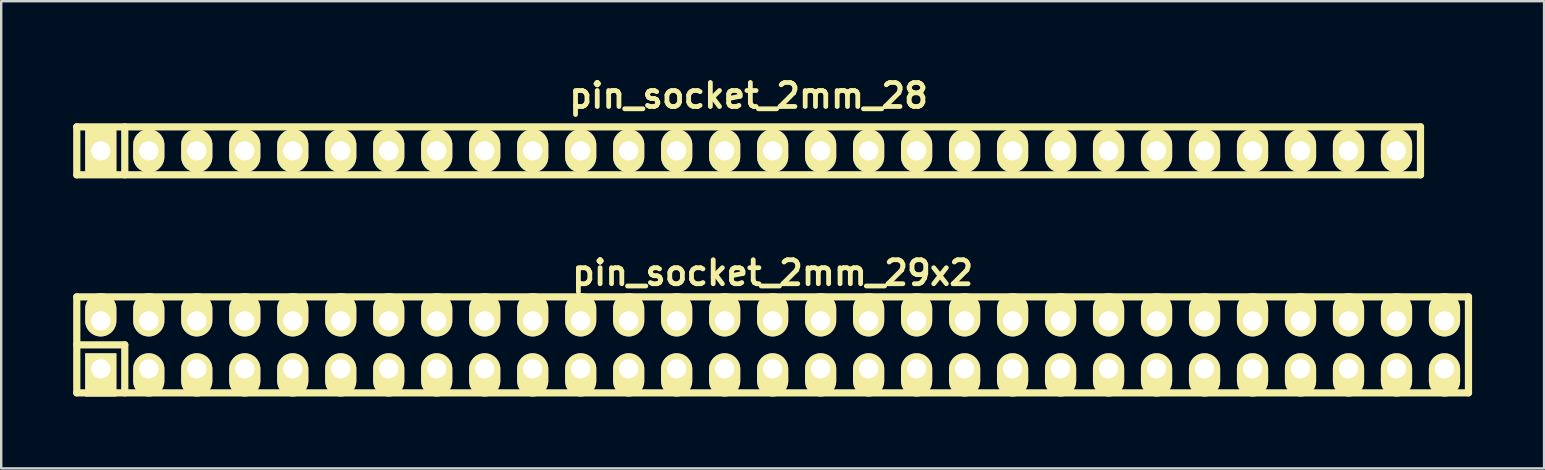
<source format=kicad_pcb>
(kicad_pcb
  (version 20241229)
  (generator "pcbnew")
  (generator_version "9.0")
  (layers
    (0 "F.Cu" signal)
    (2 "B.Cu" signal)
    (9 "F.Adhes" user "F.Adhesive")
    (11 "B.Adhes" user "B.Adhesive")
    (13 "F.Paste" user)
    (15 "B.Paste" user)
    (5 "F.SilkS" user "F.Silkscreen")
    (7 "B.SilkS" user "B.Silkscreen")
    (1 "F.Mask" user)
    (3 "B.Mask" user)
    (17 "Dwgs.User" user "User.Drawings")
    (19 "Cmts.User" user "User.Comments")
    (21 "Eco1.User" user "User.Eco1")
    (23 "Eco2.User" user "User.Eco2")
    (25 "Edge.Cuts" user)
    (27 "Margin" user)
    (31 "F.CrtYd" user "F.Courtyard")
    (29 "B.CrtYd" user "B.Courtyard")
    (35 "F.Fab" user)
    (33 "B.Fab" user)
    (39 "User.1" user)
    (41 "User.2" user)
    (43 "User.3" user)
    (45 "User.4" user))
  (footprint "pin_socket_2mm_28"
    (layer "F.Cu")
    (at 28.15 3.236)
    (property "Reference" "pin_socket_2mm_28" (at 0 -2.3 0) (layer "F.SilkS") (effects (font (size 1 1) (thickness 0.2))))
    (attr through_hole)
    (fp_line (start -28 -1) (end 28 -1) (stroke (width 0.3) (type solid)) (layer "F.SilkS"))
    (fp_line (start -28 1) (end -28 -1) (stroke (width 0.3) (type solid)) (layer "F.SilkS"))
    (fp_line (start -26 -1) (end -26 1) (stroke (width 0.3) (type solid)) (layer "F.SilkS"))
    (fp_line (start 28 -1) (end 28 1) (stroke (width 0.3) (type solid)) (layer "F.SilkS"))
    (fp_line (start 28 1) (end -28 1) (stroke (width 0.3) (type solid)) (layer "F.SilkS"))
    (pad "1" thru_hole rect (at -27 0) (size 1.3 1.8) (drill 0.8) (layers "*.Cu" "*.Mask" "F.SilkS"))
    (pad "2" thru_hole oval (at -25 0) (size 1.3 1.8) (drill 0.8) (layers "*.Cu" "*.Mask" "F.SilkS"))
    (pad "3" thru_hole oval (at -23 0) (size 1.3 1.8) (drill 0.8) (layers "*.Cu" "*.Mask" "F.SilkS"))
    (pad "4" thru_hole oval (at -21 0) (size 1.3 1.8) (drill 0.8) (layers "*.Cu" "*.Mask" "F.SilkS"))
    (pad "5" thru_hole oval (at -19 0) (size 1.3 1.8) (drill 0.8) (layers "*.Cu" "*.Mask" "F.SilkS"))
    (pad "6" thru_hole oval (at -17 0) (size 1.3 1.8) (drill 0.8) (layers "*.Cu" "*.Mask" "F.SilkS"))
    (pad "7" thru_hole oval (at -15 0) (size 1.3 1.8) (drill 0.8) (layers "*.Cu" "*.Mask" "F.SilkS"))
    (pad "8" thru_hole oval (at -13 0) (size 1.3 1.8) (drill 0.8) (layers "*.Cu" "*.Mask" "F.SilkS"))
    (pad "9" thru_hole oval (at -11 0) (size 1.3 1.8) (drill 0.8) (layers "*.Cu" "*.Mask" "F.SilkS"))
    (pad "10" thru_hole oval (at -9 0) (size 1.3 1.8) (drill 0.8) (layers "*.Cu" "*.Mask" "F.SilkS"))
    (pad "11" thru_hole oval (at -7 0) (size 1.3 1.8) (drill 0.8) (layers "*.Cu" "*.Mask" "F.SilkS"))
    (pad "12" thru_hole oval (at -5 0) (size 1.3 1.8) (drill 0.8) (layers "*.Cu" "*.Mask" "F.SilkS"))
    (pad "13" thru_hole oval (at -3 0) (size 1.3 1.8) (drill 0.8) (layers "*.Cu" "*.Mask" "F.SilkS"))
    (pad "14" thru_hole oval (at -1 0) (size 1.3 1.8) (drill 0.8) (layers "*.Cu" "*.Mask" "F.SilkS"))
    (pad "15" thru_hole oval (at 1 0) (size 1.3 1.8) (drill 0.8) (layers "*.Cu" "*.Mask" "F.SilkS"))
    (pad "16" thru_hole oval (at 3 0) (size 1.3 1.8) (drill 0.8) (layers "*.Cu" "*.Mask" "F.SilkS"))
    (pad "17" thru_hole oval (at 5 0) (size 1.3 1.8) (drill 0.8) (layers "*.Cu" "*.Mask" "F.SilkS"))
    (pad "18" thru_hole oval (at 7 0) (size 1.3 1.8) (drill 0.8) (layers "*.Cu" "*.Mask" "F.SilkS"))
    (pad "19" thru_hole oval (at 9 0) (size 1.3 1.8) (drill 0.8) (layers "*.Cu" "*.Mask" "F.SilkS"))
    (pad "20" thru_hole oval (at 11 0) (size 1.3 1.8) (drill 0.8) (layers "*.Cu" "*.Mask" "F.SilkS"))
    (pad "21" thru_hole oval (at 13 0) (size 1.3 1.8) (drill 0.8) (layers "*.Cu" "*.Mask" "F.SilkS"))
    (pad "22" thru_hole oval (at 15 0) (size 1.3 1.8) (drill 0.8) (layers "*.Cu" "*.Mask" "F.SilkS"))
    (pad "23" thru_hole oval (at 17 0) (size 1.3 1.8) (drill 0.8) (layers "*.Cu" "*.Mask" "F.SilkS"))
    (pad "24" thru_hole oval (at 19 0) (size 1.3 1.8) (drill 0.8) (layers "*.Cu" "*.Mask" "F.SilkS"))
    (pad "25" thru_hole oval (at 21 0) (size 1.3 1.8) (drill 0.8) (layers "*.Cu" "*.Mask" "F.SilkS"))
    (pad "26" thru_hole oval (at 23 0) (size 1.3 1.8) (drill 0.8) (layers "*.Cu" "*.Mask" "F.SilkS"))
    (pad "27" thru_hole oval (at 25 0) (size 1.3 1.8) (drill 0.8) (layers "*.Cu" "*.Mask" "F.SilkS"))
    (pad "28" thru_hole oval (at 27 0) (size 1.3 1.8) (drill 0.8) (layers "*.Cu" "*.Mask" "F.SilkS")))
  (footprint "pin_socket_2mm_29x2"
    (layer "F.Cu")
    (at 29.15 11.322)
    (property "Reference" "pin_socket_2mm_29x2" (at 0 -3 0) (layer "F.SilkS") (effects (font (size 1 1) (thickness 0.2))))
    (attr through_hole)
    (fp_line (start -29 -2) (end 29 -2) (stroke (width 0.3) (type solid)) (layer "F.SilkS"))
    (fp_line (start -29 0) (end -27 0) (stroke (width 0.3) (type solid)) (layer "F.SilkS"))
    (fp_line (start -29 2) (end -29 -2) (stroke (width 0.3) (type solid)) (layer "F.SilkS"))
    (fp_line (start -27 0) (end -27 2) (stroke (width 0.3) (type solid)) (layer "F.SilkS"))
    (fp_line (start 29 -2) (end 29 2) (stroke (width 0.3) (type solid)) (layer "F.SilkS"))
    (fp_line (start 29 2) (end -29 2) (stroke (width 0.3) (type solid)) (layer "F.SilkS"))
    (pad "1" thru_hole rect (at -28 1) (size 1.3 1.8) (drill 0.8 (offset 0 0.25)) (layers "*.Cu" "*.Mask" "F.SilkS"))
    (pad "2" thru_hole oval (at -28 -1) (size 1.3 1.8) (drill 0.8 (offset 0 -0.25)) (layers "*.Cu" "*.Mask" "F.SilkS"))
    (pad "3" thru_hole oval (at -26 1) (size 1.3 1.8) (drill 0.8 (offset 0 0.25)) (layers "*.Cu" "*.Mask" "F.SilkS"))
    (pad "4" thru_hole oval (at -26 -1) (size 1.3 1.8) (drill 0.8 (offset 0 -0.25)) (layers "*.Cu" "*.Mask" "F.SilkS"))
    (pad "5" thru_hole oval (at -24 1) (size 1.3 1.8) (drill 0.8 (offset 0 0.25)) (layers "*.Cu" "*.Mask" "F.SilkS"))
    (pad "6" thru_hole oval (at -24 -1) (size 1.3 1.8) (drill 0.8 (offset 0 -0.25)) (layers "*.Cu" "*.Mask" "F.SilkS"))
    (pad "7" thru_hole oval (at -22 1) (size 1.3 1.8) (drill 0.8 (offset 0 0.25)) (layers "*.Cu" "*.Mask" "F.SilkS"))
    (pad "8" thru_hole oval (at -22 -1) (size 1.3 1.8) (drill 0.8 (offset 0 -0.25)) (layers "*.Cu" "*.Mask" "F.SilkS"))
    (pad "9" thru_hole oval (at -20 1) (size 1.3 1.8) (drill 0.8 (offset 0 0.25)) (layers "*.Cu" "*.Mask" "F.SilkS"))
    (pad "10" thru_hole oval (at -20 -1) (size 1.3 1.8) (drill 0.8 (offset 0 -0.25)) (layers "*.Cu" "*.Mask" "F.SilkS"))
    (pad "11" thru_hole oval (at -18 1) (size 1.3 1.8) (drill 0.8 (offset 0 0.25)) (layers "*.Cu" "*.Mask" "F.SilkS"))
    (pad "12" thru_hole oval (at -18 -1) (size 1.3 1.8) (drill 0.8 (offset 0 -0.25)) (layers "*.Cu" "*.Mask" "F.SilkS"))
    (pad "13" thru_hole oval (at -16 1) (size 1.3 1.8) (drill 0.8 (offset 0 0.25)) (layers "*.Cu" "*.Mask" "F.SilkS"))
    (pad "14" thru_hole oval (at -16 -1) (size 1.3 1.8) (drill 0.8 (offset 0 -0.25)) (layers "*.Cu" "*.Mask" "F.SilkS"))
    (pad "15" thru_hole oval (at -14 1) (size 1.3 1.8) (drill 0.8 (offset 0 0.25)) (layers "*.Cu" "*.Mask" "F.SilkS"))
    (pad "16" thru_hole oval (at -14 -1) (size 1.3 1.8) (drill 0.8 (offset 0 -0.25)) (layers "*.Cu" "*.Mask" "F.SilkS"))
    (pad "17" thru_hole oval (at -12 1) (size 1.3 1.8) (drill 0.8 (offset 0 0.25)) (layers "*.Cu" "*.Mask" "F.SilkS"))
    (pad "18" thru_hole oval (at -12 -1) (size 1.3 1.8) (drill 0.8 (offset 0 -0.25)) (layers "*.Cu" "*.Mask" "F.SilkS"))
    (pad "19" thru_hole oval (at -10 1) (size 1.3 1.8) (drill 0.8 (offset 0 0.25)) (layers "*.Cu" "*.Mask" "F.SilkS"))
    (pad "20" thru_hole oval (at -10 -1) (size 1.3 1.8) (drill 0.8 (offset 0 -0.25)) (layers "*.Cu" "*.Mask" "F.SilkS"))
    (pad "21" thru_hole oval (at -8 1) (size 1.3 1.8) (drill 0.8 (offset 0 0.25)) (layers "*.Cu" "*.Mask" "F.SilkS"))
    (pad "22" thru_hole oval (at -8 -1) (size 1.3 1.8) (drill 0.8 (offset 0 -0.25)) (layers "*.Cu" "*.Mask" "F.SilkS"))
    (pad "23" thru_hole oval (at -6 1) (size 1.3 1.8) (drill 0.8 (offset 0 0.25)) (layers "*.Cu" "*.Mask" "F.SilkS"))
    (pad "24" thru_hole oval (at -6 -1) (size 1.3 1.8) (drill 0.8 (offset 0 -0.25)) (layers "*.Cu" "*.Mask" "F.SilkS"))
    (pad "25" thru_hole oval (at -4 1) (size 1.3 1.8) (drill 0.8 (offset 0 0.25)) (layers "*.Cu" "*.Mask" "F.SilkS"))
    (pad "26" thru_hole oval (at -4 -1) (size 1.3 1.8) (drill 0.8 (offset 0 -0.25)) (layers "*.Cu" "*.Mask" "F.SilkS"))
    (pad "27" thru_hole oval (at -2 1) (size 1.3 1.8) (drill 0.8 (offset 0 0.25)) (layers "*.Cu" "*.Mask" "F.SilkS"))
    (pad "28" thru_hole oval (at -2 -1) (size 1.3 1.8) (drill 0.8 (offset 0 -0.25)) (layers "*.Cu" "*.Mask" "F.SilkS"))
    (pad "29" thru_hole oval (at 0 1) (size 1.3 1.8) (drill 0.8 (offset 0 0.25)) (layers "*.Cu" "*.Mask" "F.SilkS"))
    (pad "30" thru_hole oval (at 0 -1) (size 1.3 1.8) (drill 0.8 (offset 0 -0.25)) (layers "*.Cu" "*.Mask" "F.SilkS"))
    (pad "31" thru_hole oval (at 2 1) (size 1.3 1.8) (drill 0.8 (offset 0 0.25)) (layers "*.Cu" "*.Mask" "F.SilkS"))
    (pad "32" thru_hole oval (at 2 -1) (size 1.3 1.8) (drill 0.8 (offset 0 -0.25)) (layers "*.Cu" "*.Mask" "F.SilkS"))
    (pad "33" thru_hole oval (at 4 1) (size 1.3 1.8) (drill 0.8 (offset 0 0.25)) (layers "*.Cu" "*.Mask" "F.SilkS"))
    (pad "34" thru_hole oval (at 4 -1) (size 1.3 1.8) (drill 0.8 (offset 0 -0.25)) (layers "*.Cu" "*.Mask" "F.SilkS"))
    (pad "35" thru_hole oval (at 6 1) (size 1.3 1.8) (drill 0.8 (offset 0 0.25)) (layers "*.Cu" "*.Mask" "F.SilkS"))
    (pad "36" thru_hole oval (at 6 -1) (size 1.3 1.8) (drill 0.8 (offset 0 -0.25)) (layers "*.Cu" "*.Mask" "F.SilkS"))
    (pad "37" thru_hole oval (at 8 1) (size 1.3 1.8) (drill 0.8 (offset 0 0.25)) (layers "*.Cu" "*.Mask" "F.SilkS"))
    (pad "38" thru_hole oval (at 8 -1) (size 1.3 1.8) (drill 0.8 (offset 0 -0.25)) (layers "*.Cu" "*.Mask" "F.SilkS"))
    (pad "39" thru_hole oval (at 10 1) (size 1.3 1.8) (drill 0.8 (offset 0 0.25)) (layers "*.Cu" "*.Mask" "F.SilkS"))
    (pad "40" thru_hole oval (at 10 -1) (size 1.3 1.8) (drill 0.8 (offset 0 -0.25)) (layers "*.Cu" "*.Mask" "F.SilkS"))
    (pad "41" thru_hole oval (at 12 1) (size 1.3 1.8) (drill 0.8 (offset 0 0.25)) (layers "*.Cu" "*.Mask" "F.SilkS"))
    (pad "42" thru_hole oval (at 12 -1) (size 1.3 1.8) (drill 0.8 (offset 0 -0.25)) (layers "*.Cu" "*.Mask" "F.SilkS"))
    (pad "43" thru_hole oval (at 14 1) (size 1.3 1.8) (drill 0.8 (offset 0 0.25)) (layers "*.Cu" "*.Mask" "F.SilkS"))
    (pad "44" thru_hole oval (at 14 -1) (size 1.3 1.8) (drill 0.8 (offset 0 -0.25)) (layers "*.Cu" "*.Mask" "F.SilkS"))
    (pad "45" thru_hole oval (at 16 1) (size 1.3 1.8) (drill 0.8 (offset 0 0.25)) (layers "*.Cu" "*.Mask" "F.SilkS"))
    (pad "46" thru_hole oval (at 16 -1) (size 1.3 1.8) (drill 0.8 (offset 0 -0.25)) (layers "*.Cu" "*.Mask" "F.SilkS"))
    (pad "47" thru_hole oval (at 18 1) (size 1.3 1.8) (drill 0.8 (offset 0 0.25)) (layers "*.Cu" "*.Mask" "F.SilkS"))
    (pad "48" thru_hole oval (at 18 -1) (size 1.3 1.8) (drill 0.8 (offset 0 -0.25)) (layers "*.Cu" "*.Mask" "F.SilkS"))
    (pad "49" thru_hole oval (at 20 1) (size 1.3 1.8) (drill 0.8 (offset 0 0.25)) (layers "*.Cu" "*.Mask" "F.SilkS"))
    (pad "50" thru_hole oval (at 20 -1) (size 1.3 1.8) (drill 0.8 (offset 0 -0.25)) (layers "*.Cu" "*.Mask" "F.SilkS"))
    (pad "51" thru_hole oval (at 22 1) (size 1.3 1.8) (drill 0.8 (offset 0 0.25)) (layers "*.Cu" "*.Mask" "F.SilkS"))
    (pad "52" thru_hole oval (at 22 -1) (size 1.3 1.8) (drill 0.8 (offset 0 -0.25)) (layers "*.Cu" "*.Mask" "F.SilkS"))
    (pad "53" thru_hole oval (at 24 1) (size 1.3 1.8) (drill 0.8 (offset 0 0.25)) (layers "*.Cu" "*.Mask" "F.SilkS"))
    (pad "54" thru_hole oval (at 24 -1) (size 1.3 1.8) (drill 0.8 (offset 0 -0.25)) (layers "*.Cu" "*.Mask" "F.SilkS"))
    (pad "55" thru_hole oval (at 26 1) (size 1.3 1.8) (drill 0.8 (offset 0 0.25)) (layers "*.Cu" "*.Mask" "F.SilkS"))
    (pad "56" thru_hole oval (at 26 -1) (size 1.3 1.8) (drill 0.8 (offset 0 -0.25)) (layers "*.Cu" "*.Mask" "F.SilkS"))
    (pad "57" thru_hole oval (at 28 1) (size 1.3 1.8) (drill 0.8 (offset 0 0.25)) (layers "*.Cu" "*.Mask" "F.SilkS"))
    (pad "58" thru_hole oval (at 28 -1) (size 1.3 1.8) (drill 0.8 (offset 0 -0.25)) (layers "*.Cu" "*.Mask" "F.SilkS")))
  (gr_rect
    (start -3 -3)
    (end 61.3 16.472)
    (stroke (width 0.1) (type default))
    (fill no)
    (layer "Edge.Cuts")))
</source>
